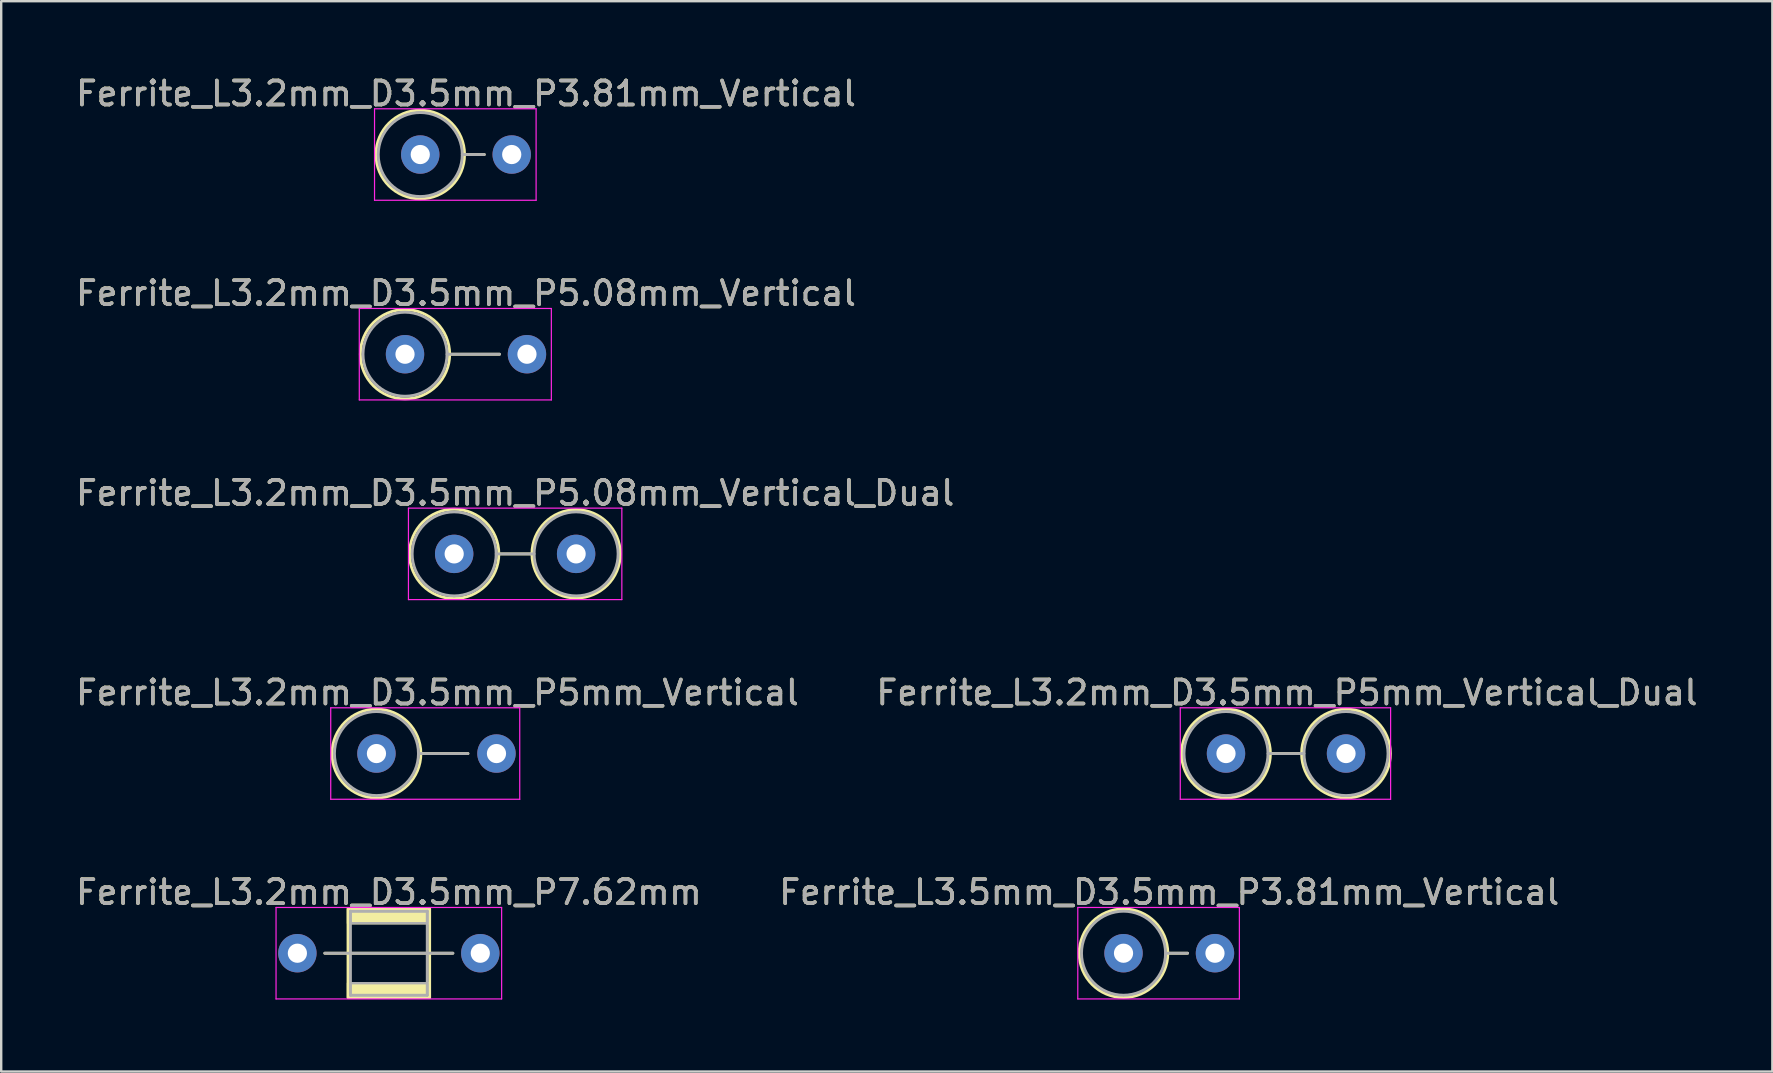
<source format=kicad_pcb>
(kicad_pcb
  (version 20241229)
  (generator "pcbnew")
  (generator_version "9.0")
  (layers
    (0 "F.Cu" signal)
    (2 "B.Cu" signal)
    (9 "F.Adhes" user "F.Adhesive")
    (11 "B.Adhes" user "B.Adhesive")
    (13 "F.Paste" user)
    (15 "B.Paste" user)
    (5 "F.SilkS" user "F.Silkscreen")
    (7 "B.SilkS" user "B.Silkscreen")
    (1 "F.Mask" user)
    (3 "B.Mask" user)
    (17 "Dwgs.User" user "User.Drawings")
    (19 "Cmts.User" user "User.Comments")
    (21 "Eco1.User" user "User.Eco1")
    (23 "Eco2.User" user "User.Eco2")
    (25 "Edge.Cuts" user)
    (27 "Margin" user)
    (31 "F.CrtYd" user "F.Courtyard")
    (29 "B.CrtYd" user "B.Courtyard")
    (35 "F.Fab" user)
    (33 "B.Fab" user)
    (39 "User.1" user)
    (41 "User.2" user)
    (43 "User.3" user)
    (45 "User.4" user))
  (footprint "Ferrite_L3.2mm_D3.5mm_P3.81mm_Vertical"
    (layer "F.Cu")
    (at 14.458 3.388)
    (property "Reference" "Ferrite_L3.2mm_D3.5mm_P3.81mm_Vertical" (at 1.905 -2.54 0) (layer "F.SilkS") (effects (font (size 1 1) (thickness 0.15))))
    (fp_line (start 1.845 0) (end 2.667 0) (stroke (width 0.12) (type solid)) (layer "F.SilkS"))
    (fp_circle (center 0 0) (end -1.845 0) (stroke (width 0.12) (type solid)) (fill no) (layer "F.SilkS"))
    (fp_line (start -1.905 -1.905) (end 4.826 -1.905) (stroke (width 0.05) (type solid)) (layer "F.CrtYd"))
    (fp_line (start -1.905 1.905) (end -1.905 -1.905) (stroke (width 0.05) (type solid)) (layer "F.CrtYd"))
    (fp_line (start 4.826 -1.905) (end 4.826 1.905) (stroke (width 0.05) (type solid)) (layer "F.CrtYd"))
    (fp_line (start 4.826 1.905) (end -1.905 1.905) (stroke (width 0.05) (type solid)) (layer "F.CrtYd"))
    (fp_line (start 1.75 0) (end 2.667 0) (stroke (width 0.12) (type solid)) (layer "F.Fab"))
    (fp_circle (center 0 0) (end -1.75 0) (stroke (width 0.12) (type solid)) (fill no) (layer "F.Fab"))
    (fp_text user "${REFERENCE}" (at 1.905 -2.539 0) (layer "F.Fab") (effects (font (size 1 1) (thickness 0.15))))
    (pad "1" thru_hole circle (at 0 0) (size 1.6 1.6) (drill 0.8) (layers "*.Cu" "*.Mask"))
    (pad "2" thru_hole circle (at 3.81 0) (size 1.6 1.6) (drill 0.8) (layers "*.Cu" "*.Mask")))
  (footprint "Ferrite_L3.2mm_D3.5mm_P5.08mm_Vertical_Dual"
    (layer "F.Cu")
    (at 15.871 20.025)
    (property "Reference" "Ferrite_L3.2mm_D3.5mm_P5.08mm_Vertical_Dual" (at 2.54 -2.54 0) (layer "F.SilkS") (effects (font (size 1 1) (thickness 0.15))))
    (fp_line (start 1.86 0) (end 3.24 0) (stroke (width 0.12) (type solid)) (layer "F.SilkS"))
    (fp_circle (center 0 0) (end -1.86 0) (stroke (width 0.12) (type solid)) (fill no) (layer "F.SilkS"))
    (fp_circle (center 5.08 0) (end 3.24 0) (stroke (width 0.12) (type solid)) (fill no) (layer "F.SilkS"))
    (fp_line (start -1.905 -1.905) (end 6.985 -1.905) (stroke (width 0.05) (type solid)) (layer "F.CrtYd"))
    (fp_line (start -1.905 1.905) (end -1.905 -1.905) (stroke (width 0.05) (type solid)) (layer "F.CrtYd"))
    (fp_line (start 6.985 -1.905) (end 6.985 1.905) (stroke (width 0.05) (type solid)) (layer "F.CrtYd"))
    (fp_line (start 6.985 1.905) (end -1.905 1.905) (stroke (width 0.05) (type solid)) (layer "F.CrtYd"))
    (fp_line (start 1.75 0) (end 3.33 0) (stroke (width 0.12) (type solid)) (layer "F.Fab"))
    (fp_circle (center 0 0) (end -1.75 0) (stroke (width 0.12) (type solid)) (fill no) (layer "F.Fab"))
    (fp_circle (center 5.08 0) (end 3.33 0) (stroke (width 0.12) (type solid)) (fill no) (layer "F.Fab"))
    (fp_text user "${REFERENCE}" (at 2.54 -2.539 0) (layer "F.Fab") (effects (font (size 1 1) (thickness 0.15))))
    (pad "1" thru_hole circle (at 0 0) (size 1.6 1.6) (drill 0.8) (layers "*.Cu" "*.Mask"))
    (pad "2" thru_hole circle (at 5.08 0) (size 1.6 1.6) (drill 0.8) (layers "*.Cu" "*.Mask")))
  (footprint "Ferrite_L3.2mm_D3.5mm_P5mm_Vertical"
    (layer "F.Cu")
    (at 12.633 28.343)
    (property "Reference" "Ferrite_L3.2mm_D3.5mm_P5mm_Vertical" (at 2.54 -2.54 0) (layer "F.SilkS") (effects (font (size 1 1) (thickness 0.15))))
    (fp_line (start 1.85 0) (end 3.81 0) (stroke (width 0.12) (type solid)) (layer "F.SilkS"))
    (fp_circle (center 0 0) (end -1.85 0) (stroke (width 0.12) (type solid)) (fill no) (layer "F.SilkS"))
    (fp_line (start -1.905 -1.905) (end 5.969 -1.905) (stroke (width 0.05) (type solid)) (layer "F.CrtYd"))
    (fp_line (start -1.905 1.905) (end -1.905 -1.905) (stroke (width 0.05) (type solid)) (layer "F.CrtYd"))
    (fp_line (start 5.969 -1.905) (end 5.969 1.905) (stroke (width 0.05) (type solid)) (layer "F.CrtYd"))
    (fp_line (start 5.969 1.905) (end -1.905 1.905) (stroke (width 0.05) (type solid)) (layer "F.CrtYd"))
    (fp_line (start 1.75 0) (end 3.81 0) (stroke (width 0.12) (type solid)) (layer "F.Fab"))
    (fp_circle (center 0 0) (end -1.75 0) (stroke (width 0.12) (type solid)) (fill no) (layer "F.Fab"))
    (fp_text user "${REFERENCE}" (at 2.54 -2.539 0) (layer "F.Fab") (effects (font (size 1 1) (thickness 0.15))))
    (pad "1" thru_hole circle (at 0 0) (size 1.6 1.6) (drill 0.8) (layers "*.Cu" "*.Mask"))
    (pad "2" thru_hole circle (at 5 0) (size 1.6 1.6) (drill 0.8) (layers "*.Cu" "*.Mask")))
  (footprint "Ferrite_L3.5mm_D3.5mm_P3.81mm_Vertical"
    (layer "F.Cu")
    (at 43.756 36.661)
    (property "Reference" "Ferrite_L3.5mm_D3.5mm_P3.81mm_Vertical" (at 1.905 -2.54 0) (layer "F.SilkS") (effects (font (size 1 1) (thickness 0.15))))
    (fp_line (start 1.845 0) (end 2.667 0) (stroke (width 0.12) (type solid)) (layer "F.SilkS"))
    (fp_circle (center 0 0) (end -1.845 0) (stroke (width 0.12) (type solid)) (fill no) (layer "F.SilkS"))
    (fp_line (start -1.905 -1.905) (end 4.826 -1.905) (stroke (width 0.05) (type solid)) (layer "F.CrtYd"))
    (fp_line (start -1.905 1.905) (end -1.905 -1.905) (stroke (width 0.05) (type solid)) (layer "F.CrtYd"))
    (fp_line (start 4.826 -1.905) (end 4.826 1.905) (stroke (width 0.05) (type solid)) (layer "F.CrtYd"))
    (fp_line (start 4.826 1.905) (end -1.905 1.905) (stroke (width 0.05) (type solid)) (layer "F.CrtYd"))
    (fp_line (start 1.75 0) (end 2.667 0) (stroke (width 0.12) (type solid)) (layer "F.Fab"))
    (fp_circle (center 0 0) (end -1.75 0) (stroke (width 0.12) (type solid)) (fill no) (layer "F.Fab"))
    (fp_text user "${REFERENCE}" (at 1.905 -2.539 0) (layer "F.Fab") (effects (font (size 1 1) (thickness 0.15))))
    (pad "1" thru_hole circle (at 0 0) (size 1.6 1.6) (drill 0.8) (layers "*.Cu" "*.Mask"))
    (pad "2" thru_hole circle (at 3.81 0) (size 1.6 1.6) (drill 0.8) (layers "*.Cu" "*.Mask")))
  (footprint "Ferrite_L3.2mm_D3.5mm_P7.62mm"
    (layer "F.Cu")
    (at 9.339 36.661)
    (property "Reference" "Ferrite_L3.2mm_D3.5mm_P7.62mm" (at 3.81 -2.54 0) (layer "F.SilkS") (effects (font (size 1 1) (thickness 0.15))))
    (fp_line (start 6.477 0) (end 1.143 0) (stroke (width 0.12) (type solid)) (layer "F.SilkS"))
    (fp_rect (start 2.11 -1.85) (end 5.51 1.85) (stroke (width 0.12) (type solid)) (fill no) (layer "F.SilkS"))
    (fp_poly (pts (xy 5.51 -1.25) (xy 2.11 -1.25) (xy 2.11 -1.85) (xy 5.51 -1.85)) (stroke (width 0.1) (type solid)) (fill yes) (layer "F.SilkS"))
    (fp_poly (pts (xy 5.51 1.85) (xy 2.11 1.85) (xy 2.11 1.25) (xy 5.51 1.25)) (stroke (width 0.1) (type solid)) (fill yes) (layer "F.SilkS"))
    (fp_line (start -0.889 -1.905) (end 8.509 -1.905) (stroke (width 0.05) (type solid)) (layer "F.CrtYd"))
    (fp_line (start -0.889 1.905) (end -0.889 -1.905) (stroke (width 0.05) (type solid)) (layer "F.CrtYd"))
    (fp_line (start 8.509 -1.905) (end 8.509 1.905) (stroke (width 0.05) (type solid)) (layer "F.CrtYd"))
    (fp_line (start 8.509 1.905) (end -0.889 1.905) (stroke (width 0.05) (type solid)) (layer "F.CrtYd"))
    (fp_line (start 2.21 -1.75) (end 2.21 1.75) (stroke (width 0.12) (type solid)) (layer "F.Fab"))
    (fp_line (start 2.21 1.75) (end 5.41 1.75) (stroke (width 0.12) (type solid)) (layer "F.Fab"))
    (fp_line (start 5.41 -1.75) (end 2.21 -1.75) (stroke (width 0.12) (type solid)) (layer "F.Fab"))
    (fp_line (start 5.41 1.75) (end 5.41 -1.75) (stroke (width 0.12) (type solid)) (layer "F.Fab"))
    (fp_line (start 6.477 0) (end 1.143 0) (stroke (width 0.12) (type solid)) (layer "F.Fab"))
    (fp_poly (pts (xy 5.41 -1.25) (xy 2.21 -1.25) (xy 2.21 -1.75) (xy 5.41 -1.75)) (stroke (width 0.1) (type solid)) (fill no) (layer "F.Fab"))
    (fp_poly (pts (xy 5.41 1.75) (xy 2.21 1.75) (xy 2.21 1.25) (xy 5.41 1.25)) (stroke (width 0.1) (type solid)) (fill no) (layer "F.Fab"))
    (fp_text user "${REFERENCE}" (at 3.81 -2.539 0) (layer "F.Fab") (effects (font (size 1 1) (thickness 0.15))))
    (pad "1" thru_hole circle (at 0 0) (size 1.6 1.6) (drill 0.8) (layers "*.Cu" "*.Mask"))
    (pad "2" thru_hole circle (at 7.62 0) (size 1.6 1.6) (drill 0.8) (layers "*.Cu" "*.Mask")))
  (footprint "Ferrite_L3.2mm_D3.5mm_P5.08mm_Vertical"
    (layer "F.Cu")
    (at 13.823 11.707)
    (property "Reference" "Ferrite_L3.2mm_D3.5mm_P5.08mm_Vertical" (at 2.54 -2.54 0) (layer "F.SilkS") (effects (font (size 1 1) (thickness 0.15))))
    (fp_line (start 1.86 0) (end 3.937 0) (stroke (width 0.12) (type solid)) (layer "F.SilkS"))
    (fp_circle (center 0 0) (end -1.86 0) (stroke (width 0.12) (type solid)) (fill no) (layer "F.SilkS"))
    (fp_line (start -1.905 -1.905) (end 6.096 -1.905) (stroke (width 0.05) (type solid)) (layer "F.CrtYd"))
    (fp_line (start -1.905 1.905) (end -1.905 -1.905) (stroke (width 0.05) (type solid)) (layer "F.CrtYd"))
    (fp_line (start 6.096 -1.905) (end 6.096 1.905) (stroke (width 0.05) (type solid)) (layer "F.CrtYd"))
    (fp_line (start 6.096 1.905) (end -1.905 1.905) (stroke (width 0.05) (type solid)) (layer "F.CrtYd"))
    (fp_line (start 1.75 0) (end 3.937 0) (stroke (width 0.12) (type solid)) (layer "F.Fab"))
    (fp_circle (center 0 0) (end -1.75 0) (stroke (width 0.12) (type solid)) (fill no) (layer "F.Fab"))
    (fp_text user "${REFERENCE}" (at 2.54 -2.539 0) (layer "F.Fab") (effects (font (size 1 1) (thickness 0.15))))
    (pad "1" thru_hole circle (at 0 0) (size 1.6 1.6) (drill 0.8) (layers "*.Cu" "*.Mask"))
    (pad "2" thru_hole circle (at 5.08 0) (size 1.6 1.6) (drill 0.8) (layers "*.Cu" "*.Mask")))
  (footprint "Ferrite_L3.2mm_D3.5mm_P5mm_Vertical_Dual"
    (layer "F.Cu")
    (at 48.025 28.343)
    (property "Reference" "Ferrite_L3.2mm_D3.5mm_P5mm_Vertical_Dual" (at 2.54 -2.54 0) (layer "F.SilkS") (effects (font (size 1 1) (thickness 0.15))))
    (fp_line (start 1.85 0) (end 3.15 0) (stroke (width 0.12) (type solid)) (layer "F.SilkS"))
    (fp_circle (center 0 0) (end -1.85 0) (stroke (width 0.12) (type solid)) (fill no) (layer "F.SilkS"))
    (fp_circle (center 5 0) (end 3.15 0) (stroke (width 0.12) (type solid)) (fill no) (layer "F.SilkS"))
    (fp_line (start -1.905 -1.905) (end 6.858 -1.905) (stroke (width 0.05) (type solid)) (layer "F.CrtYd"))
    (fp_line (start -1.905 1.905) (end -1.905 -1.905) (stroke (width 0.05) (type solid)) (layer "F.CrtYd"))
    (fp_line (start 6.858 -1.905) (end 6.858 1.905) (stroke (width 0.05) (type solid)) (layer "F.CrtYd"))
    (fp_line (start 6.858 1.905) (end -1.905 1.905) (stroke (width 0.05) (type solid)) (layer "F.CrtYd"))
    (fp_line (start 1.75 0) (end 3.25 0) (stroke (width 0.12) (type solid)) (layer "F.Fab"))
    (fp_circle (center 0 0) (end -1.75 0) (stroke (width 0.12) (type solid)) (fill no) (layer "F.Fab"))
    (fp_circle (center 5 0) (end 3.25 0) (stroke (width 0.12) (type solid)) (fill no) (layer "F.Fab"))
    (fp_text user "${REFERENCE}" (at 2.54 -2.539 0) (layer "F.Fab") (effects (font (size 1 1) (thickness 0.15))))
    (pad "1" thru_hole circle (at 0 0) (size 1.6 1.6) (drill 0.8) (layers "*.Cu" "*.Mask"))
    (pad "2" thru_hole circle (at 5 0) (size 1.6 1.6) (drill 0.8) (layers "*.Cu" "*.Mask")))
  (gr_rect
    (start -3 -3)
    (end 70.786 41.591)
    (stroke (width 0.1) (type default))
    (fill no)
    (layer "Edge.Cuts")))
</source>
